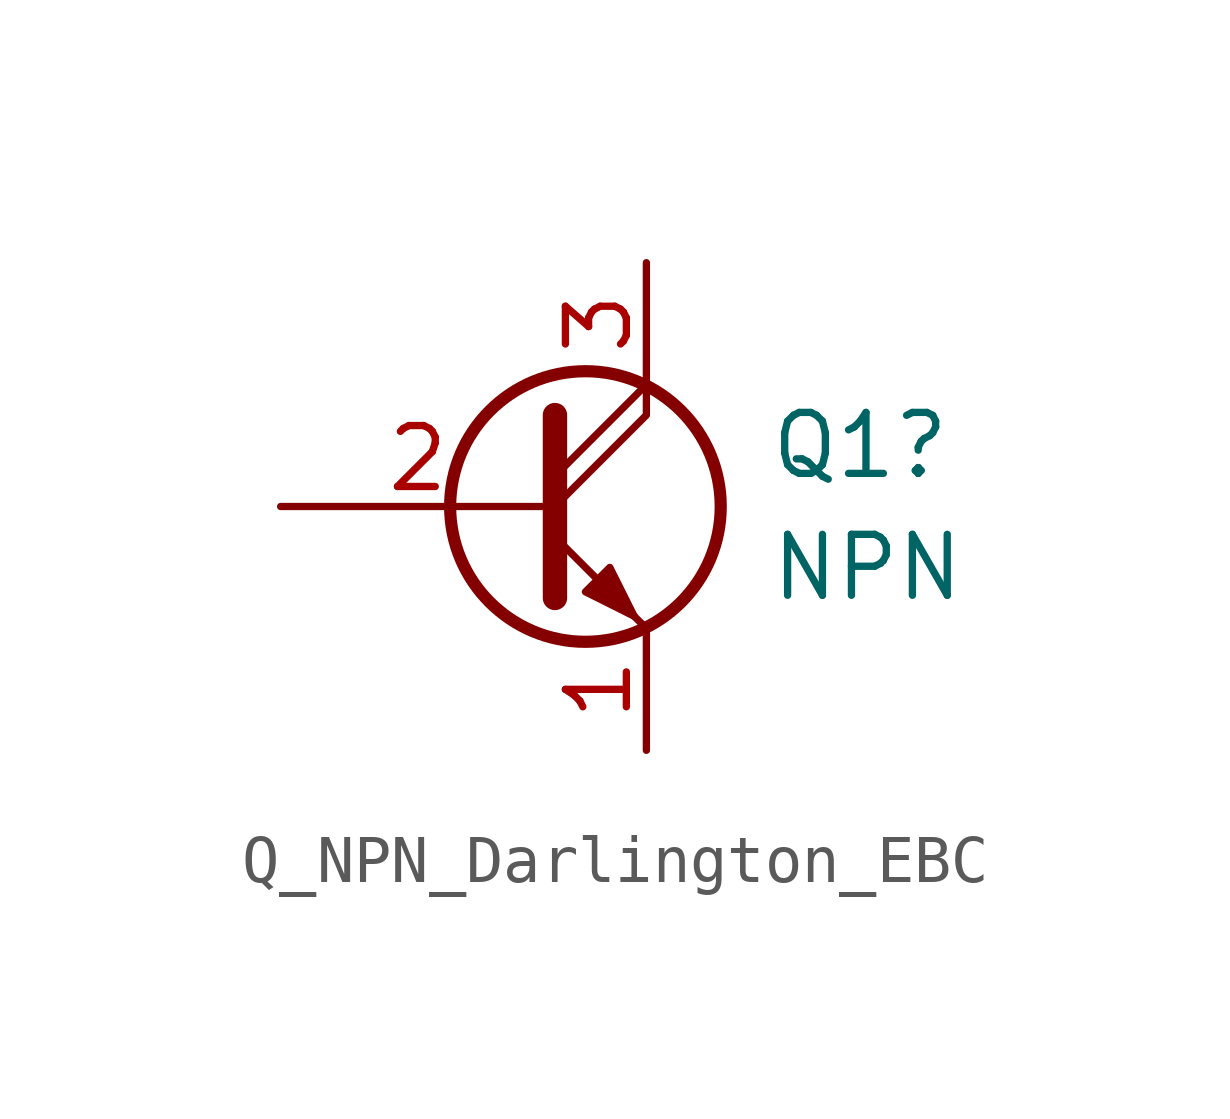
<source format=kicad_sym>
(kicad_symbol_lib
  (version 20211014)
  (generator kicad_symbol_editor)
  (symbol "Q_NPN_Darlington_EBC"
    (pin_names
      (offset 0) hide)
    (property "Reference" "Q1"
      (at 5.08 1.27 0)
      (effects (font (size 1.27 1.27)) (justify left)))
    (property "Value" "NPN"
      (at 5.08 -1.27 0)
      (effects (font (size 1.27 1.27)) (justify left)))
    (symbol "Q_NPN_Darlington_EBC_0_1"
      (polyline (pts (xy 0.635 0.635) (xy 2.54 2.54)) (stroke (width 0) (type default) (color 0 0 0 0)) (fill (type none)))
      (polyline (pts (xy 0.635 -0.635) (xy 2.54 -2.54) (xy 2.54 -2.54)) (stroke (width 0) (type default) (color 0 0 0 0)) (fill (type none)))
      (polyline (pts (xy 0.635 0) (xy 2.54 1.905) (xy 2.54 2.54)) (stroke (width 0) (type default) (color 0 0 0 0)) (fill (type none)))
      (polyline (pts (xy 0.635 1.905) (xy 0.635 -1.905) (xy 0.635 -1.905)) (stroke (width 0.508) (type default) (color 0 0 0 0)) (fill (type none)))
      (polyline (pts (xy 1.27 -1.778) (xy 1.778 -1.27) (xy 2.286 -2.286) (xy 1.27 -1.778) (xy 1.27 -1.778)) (stroke (width 0) (type default) (color 0 0 0 0)) (fill (type outline)))
      (circle (center 1.27 0) (radius 2.819) (stroke (width 0.254) (type default) (color 0 0 0 0)) (fill (type none))))
    (symbol "Q_NPN_Darlington_EBC_1_1"
      (pin passive line (at 2.54 -5.08 90) (length 2.54) (name "E" (effects (font (size 1.27 1.27)))) (number "1" (effects (font (size 1.27 1.27)))))
      (pin passive line (at -5.08 0 0) (length 5.715) (name "B" (effects (font (size 1.27 1.27)))) (number "2" (effects (font (size 1.27 1.27)))))
      (pin passive line (at 2.54 5.08 270) (length 2.54) (name "C" (effects (font (size 1.27 1.27)))) (number "3" (effects (font (size 1.27 1.27))))))))
</source>
